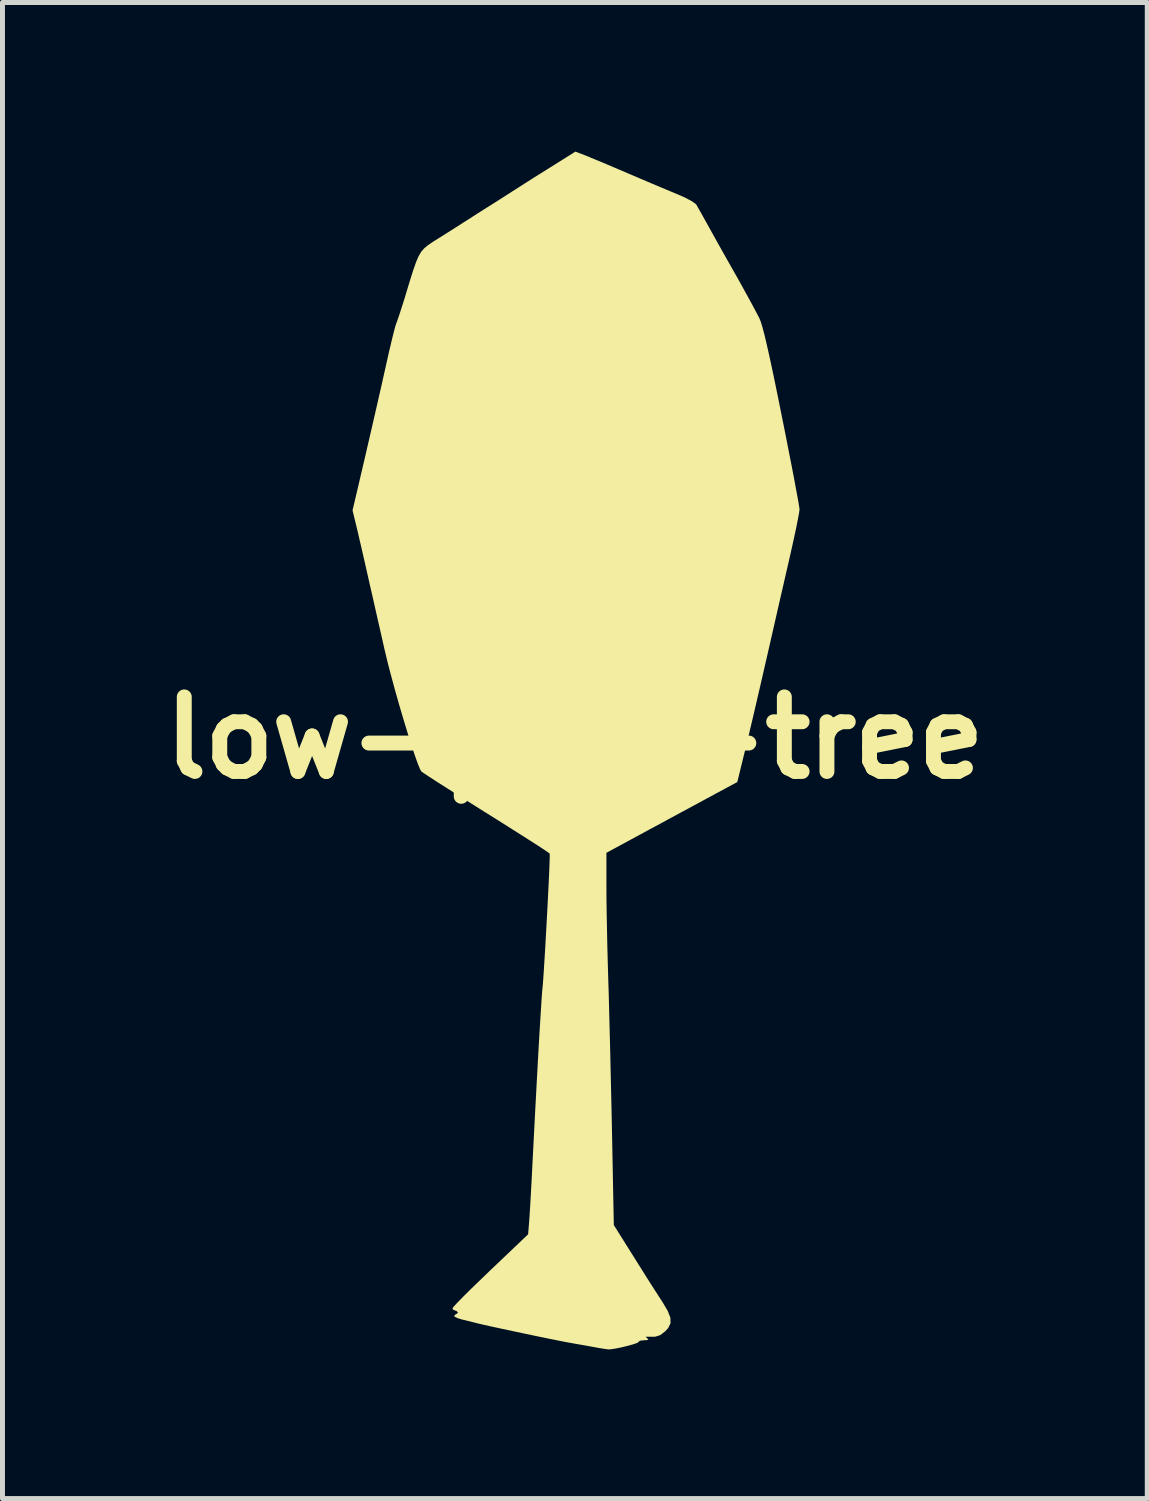
<source format=kicad_pcb>
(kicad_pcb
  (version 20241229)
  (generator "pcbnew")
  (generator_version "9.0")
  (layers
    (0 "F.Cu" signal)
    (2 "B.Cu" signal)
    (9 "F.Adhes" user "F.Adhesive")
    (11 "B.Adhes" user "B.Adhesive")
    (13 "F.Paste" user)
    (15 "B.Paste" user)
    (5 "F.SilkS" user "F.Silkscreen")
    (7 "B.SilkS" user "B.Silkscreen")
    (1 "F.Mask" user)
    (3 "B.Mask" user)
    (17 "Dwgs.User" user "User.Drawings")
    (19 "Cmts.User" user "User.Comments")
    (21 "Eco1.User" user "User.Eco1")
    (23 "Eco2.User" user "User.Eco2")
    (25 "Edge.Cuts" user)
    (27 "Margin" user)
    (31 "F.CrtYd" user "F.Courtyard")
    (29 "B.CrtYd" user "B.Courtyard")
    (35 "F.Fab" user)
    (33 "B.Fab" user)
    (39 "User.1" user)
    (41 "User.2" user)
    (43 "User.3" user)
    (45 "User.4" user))
  (footprint "low-poly-tree"
    (layer "F.Cu")
    (at 8.514 11.791)
    (property "Reference" "low-poly-tree" (at 0 0 0) (layer "F.SilkS") (effects (font (size 1.5 1.5) (thickness 0.3))))
    (attr board_only exclude_from_pos_files exclude_from_bom)
    (fp_poly (pts (xy 0.202 -11.718) (xy 0.297 -11.679) (xy 0.445 -11.618) (xy 0.634 -11.539) (xy 0.846 -11.449) (xy 1.065 -11.355) (xy 1.3 -11.255) (xy 1.539 -11.153) (xy 1.761 -11.06) (xy 1.949 -10.981) (xy 2.068 -10.932) (xy 2.221 -10.864) (xy 2.347 -10.797) (xy 2.428 -10.741) (xy 2.446 -10.721) (xy 2.481 -10.659) (xy 2.544 -10.548) (xy 2.624 -10.404) (xy 2.708 -10.253) (xy 2.81 -10.069) (xy 2.915 -9.881) (xy 3.009 -9.713) (xy 3.063 -9.618) (xy 3.198 -9.38) (xy 3.334 -9.138) (xy 3.462 -8.906) (xy 3.575 -8.699) (xy 3.664 -8.531) (xy 3.711 -8.441) (xy 3.74 -8.37) (xy 3.774 -8.258) (xy 3.816 -8.1) (xy 3.865 -7.892) (xy 3.924 -7.628) (xy 3.993 -7.305) (xy 4.073 -6.918) (xy 4.162 -6.475) (xy 4.234 -6.118) (xy 4.3 -5.78) (xy 4.361 -5.47) (xy 4.414 -5.194) (xy 4.457 -4.961) (xy 4.491 -4.778) (xy 4.512 -4.653) (xy 4.52 -4.593) (xy 4.52 -4.592) (xy 4.511 -4.526) (xy 4.488 -4.4) (xy 4.453 -4.224) (xy 4.407 -4.01) (xy 4.354 -3.77) (xy 4.317 -3.607) (xy 4.254 -3.333) (xy 4.179 -3.006) (xy 4.096 -2.645) (xy 4.011 -2.271) (xy 3.927 -1.903) (xy 3.849 -1.56) (xy 3.846 -1.55) (xy 3.772 -1.226) (xy 3.695 -0.893) (xy 3.619 -0.565) (xy 3.547 -0.259) (xy 3.483 0.01) (xy 3.432 0.224) (xy 3.423 0.259) (xy 3.268 0.891) (xy 2.652 1.223) (xy 2.407 1.356) (xy 2.136 1.502) (xy 1.866 1.648) (xy 1.623 1.78) (xy 1.513 1.839) (xy 1.318 1.945) (xy 1.131 2.046) (xy 0.969 2.134) (xy 0.849 2.199) (xy 0.812 2.219) (xy 0.635 2.315) (xy 0.635 3.006) (xy 0.636 3.23) (xy 0.64 3.511) (xy 0.646 3.83) (xy 0.653 4.172) (xy 0.662 4.517) (xy 0.672 4.847) (xy 0.672 4.856) (xy 0.681 5.139) (xy 0.69 5.483) (xy 0.7 5.874) (xy 0.711 6.297) (xy 0.721 6.738) (xy 0.731 7.184) (xy 0.741 7.619) (xy 0.747 7.908) (xy 0.784 9.803) (xy 1.107 10.318) (xy 1.252 10.549) (xy 1.366 10.73) (xy 1.456 10.874) (xy 1.532 10.993) (xy 1.6 11.1) (xy 1.67 11.208) (xy 1.749 11.33) (xy 1.765 11.355) (xy 1.869 11.531) (xy 1.922 11.667) (xy 1.925 11.777) (xy 1.879 11.873) (xy 1.82 11.938) (xy 1.719 12.017) (xy 1.613 12.05) (xy 1.475 12.049) (xy 1.426 12.05) (xy 1.446 12.074) (xy 1.457 12.081) (xy 1.48 12.108) (xy 1.441 12.119) (xy 1.389 12.12) (xy 1.312 12.129) (xy 1.284 12.149) (xy 1.285 12.152) (xy 1.26 12.172) (xy 1.181 12.2) (xy 1.067 12.232) (xy 0.939 12.263) (xy 0.814 12.288) (xy 0.714 12.303) (xy 0.671 12.304) (xy 0.61 12.296) (xy 0.497 12.278) (xy 0.357 12.253) (xy 0.336 12.249) (xy 0.183 12.221) (xy 0.044 12.197) (xy -0.052 12.18) (xy -0.056 12.179) (xy -0.158 12.161) (xy -0.316 12.13) (xy -0.515 12.09) (xy -0.744 12.043) (xy -0.987 11.992) (xy -1.232 11.94) (xy -1.465 11.89) (xy -1.673 11.845) (xy -1.843 11.807) (xy -1.96 11.78) (xy -1.998 11.77) (xy -2.079 11.749) (xy -2.197 11.72) (xy -2.251 11.708) (xy -2.353 11.678) (xy -2.417 11.647) (xy -2.428 11.632) (xy -2.399 11.599) (xy -2.391 11.598) (xy -2.354 11.57) (xy -2.353 11.561) (xy -2.384 11.528) (xy -2.412 11.523) (xy -2.457 11.499) (xy -2.459 11.473) (xy -2.429 11.435) (xy -2.353 11.353) (xy -2.236 11.234) (xy -2.086 11.085) (xy -1.909 10.914) (xy -1.714 10.726) (xy -1.693 10.706) (xy -0.94 9.989) (xy -0.918 9.72) (xy -0.91 9.597) (xy -0.898 9.417) (xy -0.886 9.196) (xy -0.872 8.951) (xy -0.859 8.698) (xy -0.859 8.685) (xy -0.837 8.263) (xy -0.815 7.839) (xy -0.793 7.42) (xy -0.771 7.012) (xy -0.75 6.623) (xy -0.73 6.261) (xy -0.711 5.931) (xy -0.693 5.643) (xy -0.678 5.402) (xy -0.666 5.215) (xy -0.657 5.091) (xy -0.652 5.043) (xy -0.644 4.966) (xy -0.634 4.831) (xy -0.622 4.647) (xy -0.608 4.425) (xy -0.593 4.174) (xy -0.578 3.905) (xy -0.563 3.629) (xy -0.548 3.354) (xy -0.535 3.093) (xy -0.523 2.854) (xy -0.514 2.649) (xy -0.508 2.486) (xy -0.505 2.378) (xy -0.506 2.333) (xy -0.506 2.332) (xy -0.526 2.315) (xy -0.58 2.277) (xy -0.672 2.216) (xy -0.805 2.13) (xy -0.982 2.017) (xy -1.209 1.873) (xy -1.487 1.697) (xy -1.823 1.487) (xy -2.166 1.271) (xy -2.398 1.125) (xy -2.609 0.991) (xy -2.793 0.874) (xy -2.939 0.779) (xy -3.04 0.712) (xy -3.087 0.679) (xy -3.089 0.678) (xy -3.119 0.622) (xy -3.166 0.504) (xy -3.226 0.334) (xy -3.296 0.122) (xy -3.373 -0.124) (xy -3.454 -0.392) (xy -3.537 -0.672) (xy -3.617 -0.956) (xy -3.692 -1.232) (xy -3.76 -1.491) (xy -3.816 -1.723) (xy -3.828 -1.774) (xy -3.895 -2.07) (xy -3.971 -2.404) (xy -4.048 -2.745) (xy -4.121 -3.065) (xy -4.167 -3.268) (xy -4.223 -3.515) (xy -4.278 -3.757) (xy -4.33 -3.979) (xy -4.372 -4.162) (xy -4.402 -4.286) (xy -4.472 -4.574) (xy -4.351 -5.089) (xy -4.216 -5.666) (xy -4.096 -6.186) (xy -3.986 -6.665) (xy -3.883 -7.117) (xy -3.789 -7.537) (xy -3.738 -7.765) (xy -3.689 -7.971) (xy -3.647 -8.143) (xy -3.614 -8.269) (xy -3.593 -8.335) (xy -3.591 -8.34) (xy -3.569 -8.398) (xy -3.53 -8.512) (xy -3.479 -8.669) (xy -3.421 -8.853) (xy -3.399 -8.927) (xy -3.317 -9.198) (xy -3.251 -9.407) (xy -3.195 -9.566) (xy -3.144 -9.686) (xy -3.091 -9.776) (xy -3.029 -9.847) (xy -2.953 -9.91) (xy -2.857 -9.975) (xy -2.741 -10.048) (xy -2.566 -10.158) (xy -2.386 -10.272) (xy -2.227 -10.374) (xy -2.152 -10.421) (xy -1.999 -10.52) (xy -1.821 -10.633) (xy -1.66 -10.734) (xy -1.503 -10.834) (xy -1.337 -10.94) (xy -1.198 -11.029) (xy -1.195 -11.03) (xy -1.09 -11.098) (xy -0.938 -11.195) (xy -0.758 -11.309) (xy -0.566 -11.429) (xy -0.489 -11.477) (xy 0.011 -11.791)) (stroke (width 0) (type solid)) (fill yes) (layer "F.SilkS")))
  (gr_rect
    (start -3 -3)
    (end 20.029 27.096)
    (stroke (width 0.1) (type default))
    (fill no)
    (layer "Edge.Cuts")))
</source>
